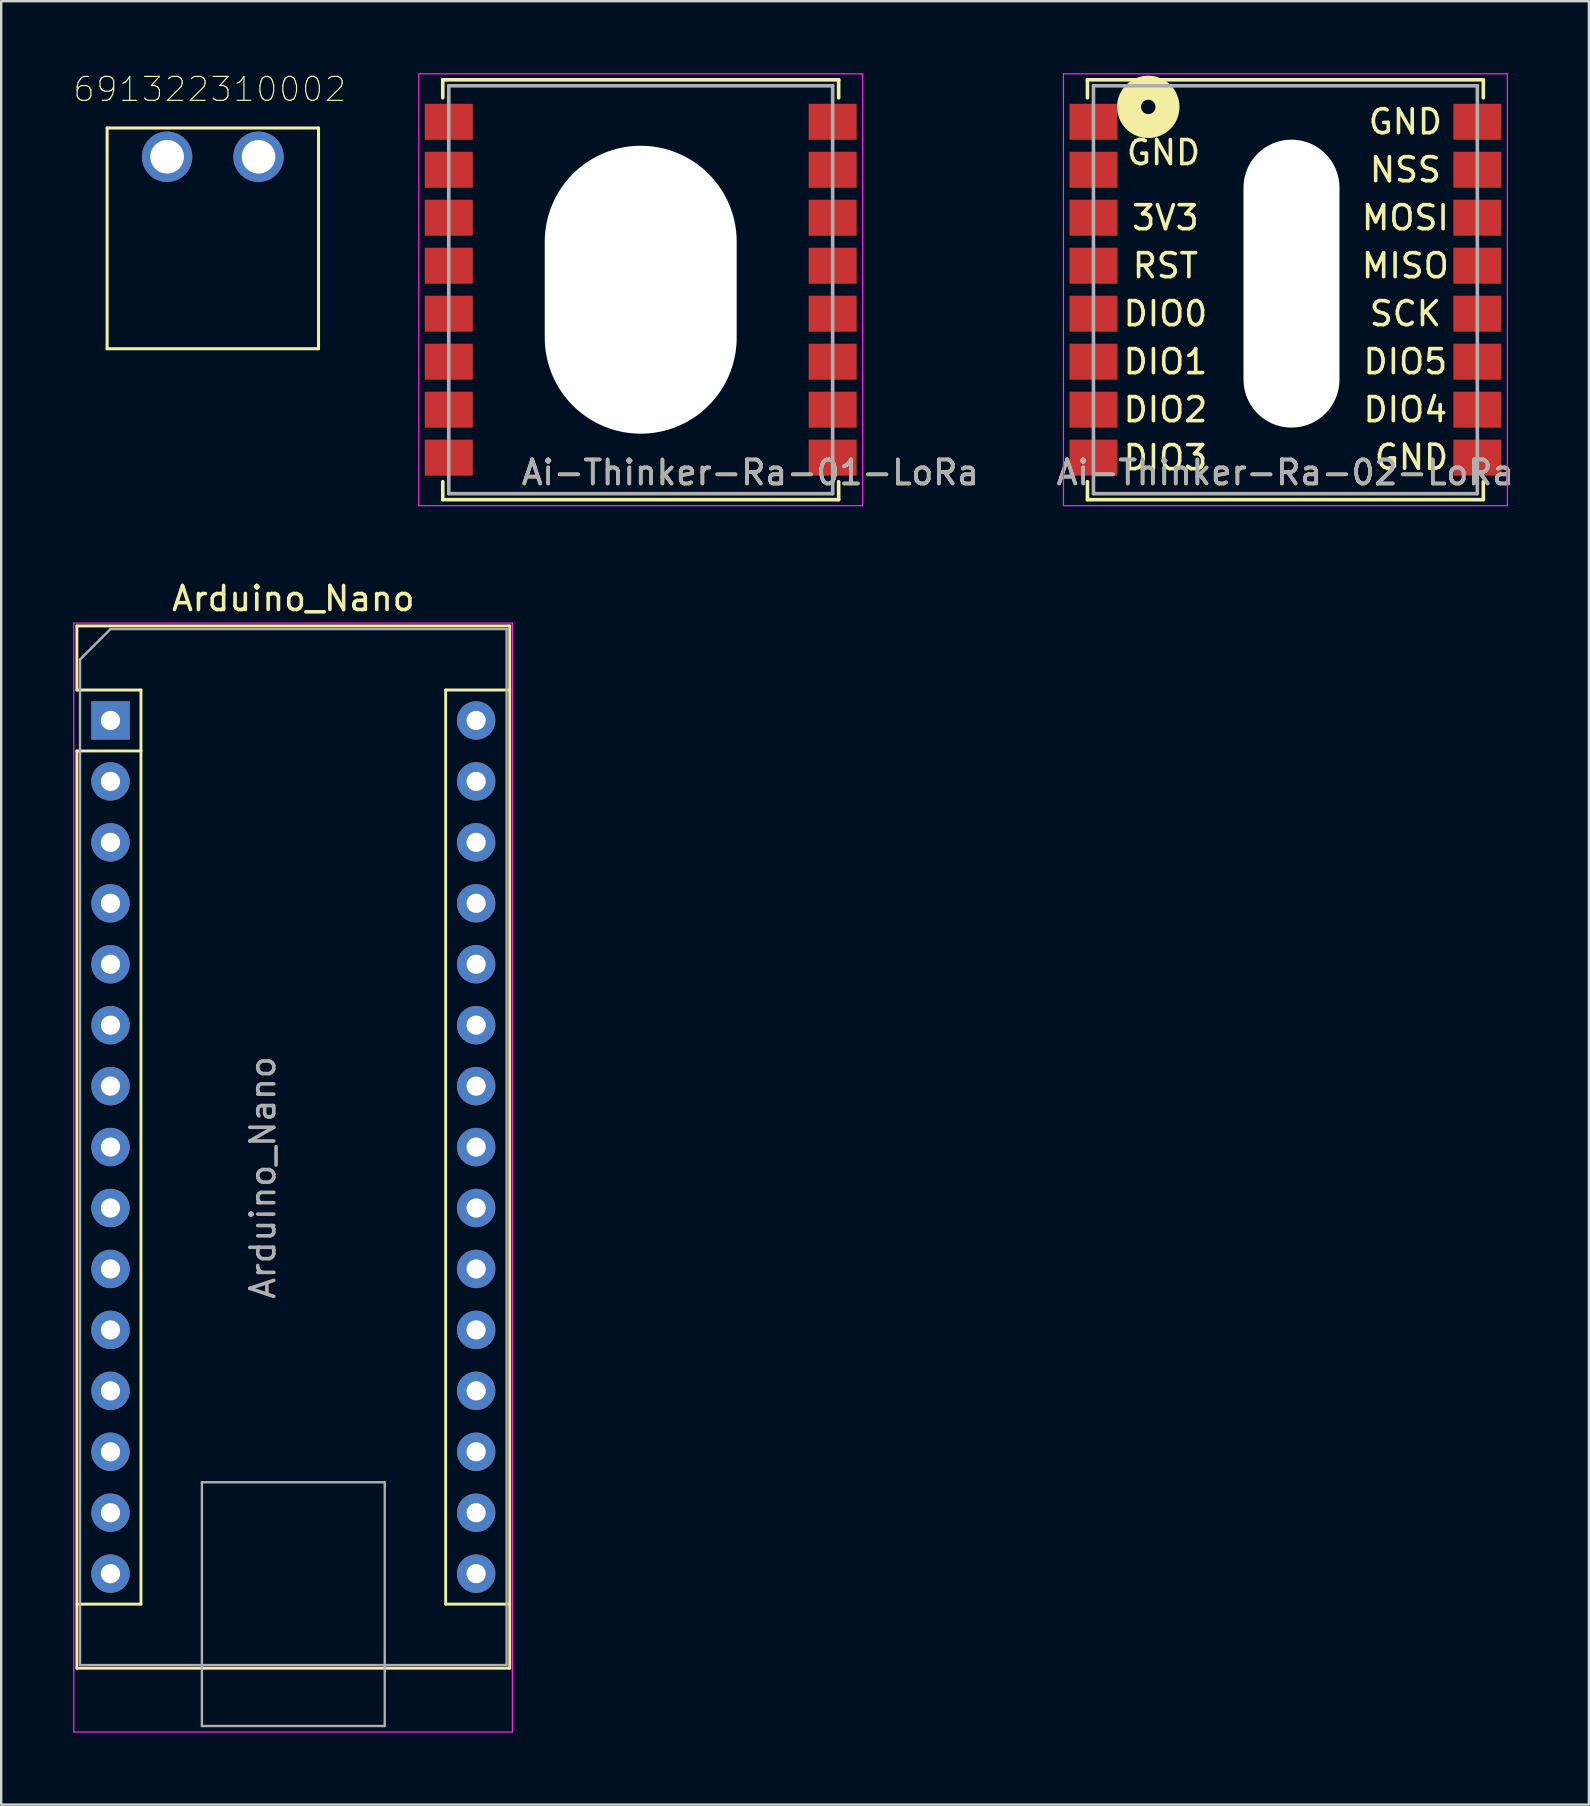
<source format=kicad_pcb>
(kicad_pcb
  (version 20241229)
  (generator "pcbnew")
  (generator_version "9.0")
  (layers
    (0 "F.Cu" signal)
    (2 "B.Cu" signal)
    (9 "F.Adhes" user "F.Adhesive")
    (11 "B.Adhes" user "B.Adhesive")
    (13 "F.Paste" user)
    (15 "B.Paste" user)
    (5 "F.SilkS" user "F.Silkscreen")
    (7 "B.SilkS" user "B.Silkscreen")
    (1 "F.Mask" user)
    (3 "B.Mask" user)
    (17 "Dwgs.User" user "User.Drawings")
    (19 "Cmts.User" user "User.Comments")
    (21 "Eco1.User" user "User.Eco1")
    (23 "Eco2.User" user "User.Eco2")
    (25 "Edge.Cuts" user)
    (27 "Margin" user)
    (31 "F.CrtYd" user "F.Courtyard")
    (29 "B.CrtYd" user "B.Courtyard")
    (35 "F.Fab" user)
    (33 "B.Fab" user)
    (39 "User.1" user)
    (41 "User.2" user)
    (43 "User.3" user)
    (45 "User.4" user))
  (footprint "691322310002"
    (layer "F.Cu")
    (at 5.82 3.484)
    (property "Reference" "691322310002" (at -0.131 -2.811 0) (layer "F.SilkS") (effects (font (size 1 1) (thickness 0.05))))
    (attr through_hole)
    (fp_line (start -4.405 -1.2) (end -4.405 8) (stroke (width 0.127) (type solid)) (layer "F.SilkS"))
    (fp_line (start -4.405 8) (end 4.405 8) (stroke (width 0.127) (type solid)) (layer "F.SilkS"))
    (fp_line (start 4.405 -1.2) (end -4.405 -1.2) (stroke (width 0.127) (type solid)) (layer "F.SilkS"))
    (fp_line (start 4.405 8) (end 4.405 -1.2) (stroke (width 0.127) (type solid)) (layer "F.SilkS"))
    (fp_poly (pts (xy -4.655 -1.45) (xy 4.655 -1.45) (xy 4.655 8.25) (xy -4.655 8.25)) (stroke (width 0.127) (type solid)) (fill no) (layer "Eco1.User"))
    (fp_text user "1" (at -2.4 2.8 0) (layer "Edge.Cuts") (effects (font (size 1 1) (thickness 0.05))))
    (pad "1" thru_hole circle (at -1.905 0 180) (size 2.1 2.1) (drill 1.4) (layers "*.Cu" "*.Mask"))
    (pad "2" thru_hole circle (at 1.905 0 180) (size 2.1 2.1) (drill 1.4) (layers "*.Cu" "*.Mask")))
  (footprint "Arduino_Nano"
    (layer "F.Cu")
    (at 1.555 26.978)
    (property "Reference" "Arduino_Nano" (at 7.62 -5.08 0) (layer "F.SilkS") (effects (font (size 1 1) (thickness 0.15))))
    (attr through_hole)
    (fp_line (start -1.4 -3.94) (end -1.4 -1.27) (stroke (width 0.12) (type solid)) (layer "F.SilkS"))
    (fp_line (start -1.4 1.27) (end -1.4 39.5) (stroke (width 0.12) (type solid)) (layer "F.SilkS"))
    (fp_line (start -1.4 39.5) (end 16.64 39.5) (stroke (width 0.12) (type solid)) (layer "F.SilkS"))
    (fp_line (start 1.27 -1.27) (end -1.4 -1.27) (stroke (width 0.12) (type solid)) (layer "F.SilkS"))
    (fp_line (start 1.27 1.27) (end -1.4 1.27) (stroke (width 0.12) (type solid)) (layer "F.SilkS"))
    (fp_line (start 1.27 1.27) (end 1.27 -1.27) (stroke (width 0.12) (type solid)) (layer "F.SilkS"))
    (fp_line (start 1.27 1.27) (end 1.27 36.83) (stroke (width 0.12) (type solid)) (layer "F.SilkS"))
    (fp_line (start 1.27 36.83) (end -1.4 36.83) (stroke (width 0.12) (type solid)) (layer "F.SilkS"))
    (fp_line (start 13.97 -1.27) (end 13.97 36.83) (stroke (width 0.12) (type solid)) (layer "F.SilkS"))
    (fp_line (start 13.97 -1.27) (end 16.64 -1.27) (stroke (width 0.12) (type solid)) (layer "F.SilkS"))
    (fp_line (start 13.97 36.83) (end 16.64 36.83) (stroke (width 0.12) (type solid)) (layer "F.SilkS"))
    (fp_line (start 16.64 -3.94) (end -1.4 -3.94) (stroke (width 0.12) (type solid)) (layer "F.SilkS"))
    (fp_line (start 16.64 39.5) (end 16.64 -3.94) (stroke (width 0.12) (type solid)) (layer "F.SilkS"))
    (fp_line (start -1.53 -4.06) (end -1.53 42.16) (stroke (width 0.05) (type solid)) (layer "F.CrtYd"))
    (fp_line (start -1.53 -4.06) (end 16.75 -4.06) (stroke (width 0.05) (type solid)) (layer "F.CrtYd"))
    (fp_line (start 16.75 42.16) (end -1.53 42.16) (stroke (width 0.05) (type solid)) (layer "F.CrtYd"))
    (fp_line (start 16.75 42.16) (end 16.75 -4.06) (stroke (width 0.05) (type solid)) (layer "F.CrtYd"))
    (fp_line (start -1.27 -2.54) (end 0 -3.81) (stroke (width 0.1) (type solid)) (layer "F.Fab"))
    (fp_line (start -1.27 39.37) (end -1.27 -2.54) (stroke (width 0.1) (type solid)) (layer "F.Fab"))
    (fp_line (start 0 -3.81) (end 16.51 -3.81) (stroke (width 0.1) (type solid)) (layer "F.Fab"))
    (fp_line (start 3.81 31.75) (end 11.43 31.75) (stroke (width 0.1) (type solid)) (layer "F.Fab"))
    (fp_line (start 3.81 41.91) (end 3.81 31.75) (stroke (width 0.1) (type solid)) (layer "F.Fab"))
    (fp_line (start 11.43 31.75) (end 11.43 41.91) (stroke (width 0.1) (type solid)) (layer "F.Fab"))
    (fp_line (start 11.43 41.91) (end 3.81 41.91) (stroke (width 0.1) (type solid)) (layer "F.Fab"))
    (fp_line (start 16.51 -3.81) (end 16.51 39.37) (stroke (width 0.1) (type solid)) (layer "F.Fab"))
    (fp_line (start 16.51 39.37) (end -1.27 39.37) (stroke (width 0.1) (type solid)) (layer "F.Fab"))
    (fp_text user "${REFERENCE}" (at 6.35 19.05 90) (layer "F.Fab") (effects (font (size 1 1) (thickness 0.15))))
    (pad "1" thru_hole rect (at 0 0) (size 1.6 1.6) (drill 0.8) (layers "*.Cu" "*.Mask"))
    (pad "2" thru_hole oval (at 0 2.54) (size 1.6 1.6) (drill 0.8) (layers "*.Cu" "*.Mask"))
    (pad "3" thru_hole oval (at 0 5.08) (size 1.6 1.6) (drill 0.8) (layers "*.Cu" "*.Mask"))
    (pad "4" thru_hole oval (at 0 7.62) (size 1.6 1.6) (drill 0.8) (layers "*.Cu" "*.Mask"))
    (pad "5" thru_hole oval (at 0 10.16) (size 1.6 1.6) (drill 0.8) (layers "*.Cu" "*.Mask"))
    (pad "6" thru_hole oval (at 0 12.7) (size 1.6 1.6) (drill 0.8) (layers "*.Cu" "*.Mask"))
    (pad "7" thru_hole oval (at 0 15.24) (size 1.6 1.6) (drill 0.8) (layers "*.Cu" "*.Mask"))
    (pad "8" thru_hole oval (at 0 17.78) (size 1.6 1.6) (drill 0.8) (layers "*.Cu" "*.Mask"))
    (pad "9" thru_hole oval (at 0 20.32) (size 1.6 1.6) (drill 0.8) (layers "*.Cu" "*.Mask"))
    (pad "10" thru_hole oval (at 0 22.86) (size 1.6 1.6) (drill 0.8) (layers "*.Cu" "*.Mask"))
    (pad "11" thru_hole oval (at 0 25.4) (size 1.6 1.6) (drill 0.8) (layers "*.Cu" "*.Mask"))
    (pad "12" thru_hole oval (at 0 27.94) (size 1.6 1.6) (drill 0.8) (layers "*.Cu" "*.Mask"))
    (pad "13" thru_hole oval (at 0 30.48) (size 1.6 1.6) (drill 0.8) (layers "*.Cu" "*.Mask"))
    (pad "14" thru_hole oval (at 0 33.02) (size 1.6 1.6) (drill 0.8) (layers "*.Cu" "*.Mask"))
    (pad "15" thru_hole oval (at 0 35.56) (size 1.6 1.6) (drill 0.8) (layers "*.Cu" "*.Mask"))
    (pad "16" thru_hole oval (at 15.24 35.56) (size 1.6 1.6) (drill 0.8) (layers "*.Cu" "*.Mask"))
    (pad "17" thru_hole oval (at 15.24 33.02) (size 1.6 1.6) (drill 0.8) (layers "*.Cu" "*.Mask"))
    (pad "18" thru_hole oval (at 15.24 30.48) (size 1.6 1.6) (drill 0.8) (layers "*.Cu" "*.Mask"))
    (pad "19" thru_hole oval (at 15.24 27.94) (size 1.6 1.6) (drill 0.8) (layers "*.Cu" "*.Mask"))
    (pad "20" thru_hole oval (at 15.24 25.4) (size 1.6 1.6) (drill 0.8) (layers "*.Cu" "*.Mask"))
    (pad "21" thru_hole oval (at 15.24 22.86) (size 1.6 1.6) (drill 0.8) (layers "*.Cu" "*.Mask"))
    (pad "22" thru_hole oval (at 15.24 20.32) (size 1.6 1.6) (drill 0.8) (layers "*.Cu" "*.Mask"))
    (pad "23" thru_hole oval (at 15.24 17.78) (size 1.6 1.6) (drill 0.8) (layers "*.Cu" "*.Mask"))
    (pad "24" thru_hole oval (at 15.24 15.24) (size 1.6 1.6) (drill 0.8) (layers "*.Cu" "*.Mask"))
    (pad "25" thru_hole oval (at 15.24 12.7) (size 1.6 1.6) (drill 0.8) (layers "*.Cu" "*.Mask"))
    (pad "26" thru_hole oval (at 15.24 10.16) (size 1.6 1.6) (drill 0.8) (layers "*.Cu" "*.Mask"))
    (pad "27" thru_hole oval (at 15.24 7.62) (size 1.6 1.6) (drill 0.8) (layers "*.Cu" "*.Mask"))
    (pad "28" thru_hole oval (at 15.24 5.08) (size 1.6 1.6) (drill 0.8) (layers "*.Cu" "*.Mask"))
    (pad "29" thru_hole oval (at 15.24 2.54) (size 1.6 1.6) (drill 0.8) (layers "*.Cu" "*.Mask"))
    (pad "30" thru_hole oval (at 15.24 0) (size 1.6 1.6) (drill 0.8) (layers "*.Cu" "*.Mask")))
  (footprint "Ai-Thinker-Ra-02-LoRa"
    (layer "F.Cu")
    (at 50.523 9.025)
    (property "Reference" "Ai-Thinker-Ra-02-LoRa" (at 0 7.62 0) (layer "F.SilkS") (effects (font (size 1 1) (thickness 0.15))))
    (attr smd)
    (fp_line (start -8.25 -8.75) (end 8.25 -8.75) (stroke (width 0.15) (type solid)) (layer "F.SilkS"))
    (fp_line (start -8.25 -8) (end -8.25 -8.75) (stroke (width 0.15) (type solid)) (layer "F.SilkS"))
    (fp_line (start -8.25 8) (end -8.25 8.75) (stroke (width 0.15) (type solid)) (layer "F.SilkS"))
    (fp_line (start -8.25 8.75) (end 8.25 8.75) (stroke (width 0.15) (type solid)) (layer "F.SilkS"))
    (fp_line (start 8.25 -8.75) (end 8.25 -8) (stroke (width 0.15) (type solid)) (layer "F.SilkS"))
    (fp_line (start 8.25 8.75) (end 8.25 8) (stroke (width 0.15) (type solid)) (layer "F.SilkS"))
    (fp_circle (center -5.715 -7.62) (end -5.415 -7.62) (stroke (width 1) (type solid)) (fill no) (layer "F.SilkS"))
    (fp_line (start -9.25 -9) (end 9.25 -9) (stroke (width 0.05) (type solid)) (layer "F.CrtYd"))
    (fp_line (start -9.25 9) (end -9.25 -9) (stroke (width 0.05) (type solid)) (layer "F.CrtYd"))
    (fp_line (start 9.25 -9) (end 9.25 9) (stroke (width 0.05) (type solid)) (layer "F.CrtYd"))
    (fp_line (start 9.25 9) (end -9.25 9) (stroke (width 0.05) (type solid)) (layer "F.CrtYd"))
    (fp_line (start -8 -8.5) (end 8 -8.5) (stroke (width 0.15) (type solid)) (layer "F.Fab"))
    (fp_line (start -8 8.5) (end -8 -8.5) (stroke (width 0.15) (type solid)) (layer "F.Fab"))
    (fp_line (start 8 -8.5) (end 8 8.5) (stroke (width 0.15) (type solid)) (layer "F.Fab"))
    (fp_line (start 8 8.5) (end -8 8.5) (stroke (width 0.15) (type solid)) (layer "F.Fab"))
    (fp_text user "MISO" (at 5 -1 0) (layer "F.SilkS") (effects (font (size 1 1) (thickness 0.15))))
    (fp_text user "RST" (at -5 -1 0) (layer "F.SilkS") (effects (font (size 1 1) (thickness 0.15))))
    (fp_text user "GND" (at 5.255 6.985 0) (layer "F.SilkS") (effects (font (size 1 1) (thickness 0.15))))
    (fp_text user "GND" (at -5.08 -5.715 0) (layer "F.SilkS") (effects (font (size 1 1) (thickness 0.15))))
    (fp_text user "3V3" (at -5 -3 0) (layer "F.SilkS") (effects (font (size 1 1) (thickness 0.15))))
    (fp_text user "SCK" (at 5 1 0) (layer "F.SilkS") (effects (font (size 1 1) (thickness 0.15))))
    (fp_text user "DIO5" (at 5 3 0) (layer "F.SilkS") (effects (font (size 1 1) (thickness 0.15))))
    (fp_text user "DIO1" (at -5 3 0) (layer "F.SilkS") (effects (font (size 1 1) (thickness 0.15))))
    (fp_text user "MOSI" (at 5 -3 0) (layer "F.SilkS") (effects (font (size 1 1) (thickness 0.15))))
    (fp_text user "GND" (at 5 -7 0) (layer "F.SilkS") (effects (font (size 1 1) (thickness 0.15))))
    (fp_text user "DIO2" (at -5 5 0) (layer "F.SilkS") (effects (font (size 1 1) (thickness 0.15))))
    (fp_text user "DIO4" (at 5 5 0) (layer "F.SilkS") (effects (font (size 1 1) (thickness 0.15))))
    (fp_text user "NSS" (at 5 -5 0) (layer "F.SilkS") (effects (font (size 1 1) (thickness 0.15))))
    (fp_text user "DIO3" (at -5 7 0) (layer "F.SilkS") (effects (font (size 1 1) (thickness 0.15))))
    (fp_text user "DIO0" (at -5 1 0) (layer "F.SilkS") (effects (font (size 1 1) (thickness 0.15))))
    (fp_text user "${REFERENCE}" (at 0 7.62 0) (layer "F.Fab") (effects (font (size 1 1) (thickness 0.15))))
    (pad "" np_thru_hole oval (at 0.254 -0.254) (size 4 12) (drill oval 4 12) (layers "*.Cu" "*.Mask"))
    (pad "1" smd rect (at -8 -7) (size 2 1.5) (layers "F.Cu" "F.Mask" "F.Paste"))
    (pad "2" smd rect (at -8 -5) (size 2 1.5) (layers "F.Cu" "F.Mask" "F.Paste"))
    (pad "3" smd rect (at -8 -3) (size 2 1.5) (layers "F.Cu" "F.Mask" "F.Paste"))
    (pad "4" smd rect (at -8 -1) (size 2 1.5) (layers "F.Cu" "F.Mask" "F.Paste"))
    (pad "5" smd rect (at -8 1) (size 2 1.5) (layers "F.Cu" "F.Mask" "F.Paste"))
    (pad "6" smd rect (at -8 3) (size 2 1.5) (layers "F.Cu" "F.Mask" "F.Paste"))
    (pad "7" smd rect (at -8 5) (size 2 1.5) (layers "F.Cu" "F.Mask" "F.Paste"))
    (pad "8" smd rect (at -8 7) (size 2 1.5) (layers "F.Cu" "F.Mask" "F.Paste"))
    (pad "9" smd rect (at 8 7) (size 2 1.5) (layers "F.Cu" "F.Mask" "F.Paste"))
    (pad "10" smd rect (at 8 5) (size 2 1.5) (layers "F.Cu" "F.Mask" "F.Paste"))
    (pad "11" smd rect (at 8 3) (size 2 1.5) (layers "F.Cu" "F.Mask" "F.Paste"))
    (pad "12" smd rect (at 8 1) (size 2 1.5) (layers "F.Cu" "F.Mask" "F.Paste"))
    (pad "13" smd rect (at 8 -1) (size 2 1.5) (layers "F.Cu" "F.Mask" "F.Paste"))
    (pad "14" smd rect (at 8 -3) (size 2 1.5) (layers "F.Cu" "F.Mask" "F.Paste"))
    (pad "15" smd rect (at 8 -5) (size 2 1.5) (layers "F.Cu" "F.Mask" "F.Paste"))
    (pad "16" smd rect (at 8 -7) (size 2 1.5) (layers "F.Cu" "F.Mask" "F.Paste")))
  (footprint "Ai-Thinker-Ra-01-LoRa"
    (layer "F.Cu")
    (at 23.654 9.025)
    (property "Reference" "Ai-Thinker-Ra-01-LoRa" (at 4.572 7.62 0) (layer "F.SilkS") (effects (font (size 1 1) (thickness 0.15))))
    (attr smd)
    (fp_line (start -8.25 -8.75) (end 8.25 -8.75) (stroke (width 0.15) (type solid)) (layer "F.SilkS"))
    (fp_line (start -8.25 -8) (end -8.25 -8.75) (stroke (width 0.15) (type solid)) (layer "F.SilkS"))
    (fp_line (start -8.25 8) (end -8.25 8.75) (stroke (width 0.15) (type solid)) (layer "F.SilkS"))
    (fp_line (start -8.25 8.75) (end 8.25 8.75) (stroke (width 0.15) (type solid)) (layer "F.SilkS"))
    (fp_line (start 8.25 -8.75) (end 8.25 -8) (stroke (width 0.15) (type solid)) (layer "F.SilkS"))
    (fp_line (start 8.25 8.75) (end 8.25 8) (stroke (width 0.15) (type solid)) (layer "F.SilkS"))
    (fp_line (start -9.25 -9) (end 9.25 -9) (stroke (width 0.05) (type solid)) (layer "F.CrtYd"))
    (fp_line (start -9.25 9) (end -9.25 -9) (stroke (width 0.05) (type solid)) (layer "F.CrtYd"))
    (fp_line (start 9.25 -9) (end 9.25 9) (stroke (width 0.05) (type solid)) (layer "F.CrtYd"))
    (fp_line (start 9.25 9) (end -9.25 9) (stroke (width 0.05) (type solid)) (layer "F.CrtYd"))
    (fp_line (start -8 -8.5) (end 8 -8.5) (stroke (width 0.15) (type solid)) (layer "F.Fab"))
    (fp_line (start -8 8.5) (end -8 -8.5) (stroke (width 0.15) (type solid)) (layer "F.Fab"))
    (fp_line (start 8 -8.5) (end 8 8.5) (stroke (width 0.15) (type solid)) (layer "F.Fab"))
    (fp_line (start 8 8.5) (end -8 8.5) (stroke (width 0.15) (type solid)) (layer "F.Fab"))
    (fp_text user "${REFERENCE}" (at 4.572 7.62 0) (layer "F.Fab") (effects (font (size 1 1) (thickness 0.15))))
    (pad "" np_thru_hole oval (at 0 0) (size 8 12) (drill oval 8 12) (layers "*.Cu" "*.Mask"))
    (pad "1" smd rect (at -8 -7) (size 2 1.5) (layers "F.Cu" "F.Mask" "F.Paste"))
    (pad "2" smd rect (at -8 -5) (size 2 1.5) (layers "F.Cu" "F.Mask" "F.Paste"))
    (pad "3" smd rect (at -8 -3) (size 2 1.5) (layers "F.Cu" "F.Mask" "F.Paste"))
    (pad "4" smd rect (at -8 -1) (size 2 1.5) (layers "F.Cu" "F.Mask" "F.Paste"))
    (pad "5" smd rect (at -8 1) (size 2 1.5) (layers "F.Cu" "F.Mask" "F.Paste"))
    (pad "6" smd rect (at -8 3) (size 2 1.5) (layers "F.Cu" "F.Mask" "F.Paste"))
    (pad "7" smd rect (at -8 5) (size 2 1.5) (layers "F.Cu" "F.Mask" "F.Paste"))
    (pad "8" smd rect (at -8 7) (size 2 1.5) (layers "F.Cu" "F.Mask" "F.Paste"))
    (pad "9" smd rect (at 8 7) (size 2 1.5) (layers "F.Cu" "F.Mask" "F.Paste"))
    (pad "10" smd rect (at 8 5) (size 2 1.5) (layers "F.Cu" "F.Mask" "F.Paste"))
    (pad "11" smd rect (at 8 3) (size 2 1.5) (layers "F.Cu" "F.Mask" "F.Paste"))
    (pad "12" smd rect (at 8 1) (size 2 1.5) (layers "F.Cu" "F.Mask" "F.Paste"))
    (pad "13" smd rect (at 8 -1) (size 2 1.5) (layers "F.Cu" "F.Mask" "F.Paste"))
    (pad "14" smd rect (at 8 -3) (size 2 1.5) (layers "F.Cu" "F.Mask" "F.Paste"))
    (pad "15" smd rect (at 8 -5) (size 2 1.5) (layers "F.Cu" "F.Mask" "F.Paste"))
    (pad "16" smd rect (at 8 -7) (size 2 1.5) (layers "F.Cu" "F.Mask" "F.Paste")))
  (gr_rect
    (start -3 -3)
    (end 63.172 72.163)
    (stroke (width 0.1) (type default))
    (fill no)
    (layer "Edge.Cuts")))
</source>
